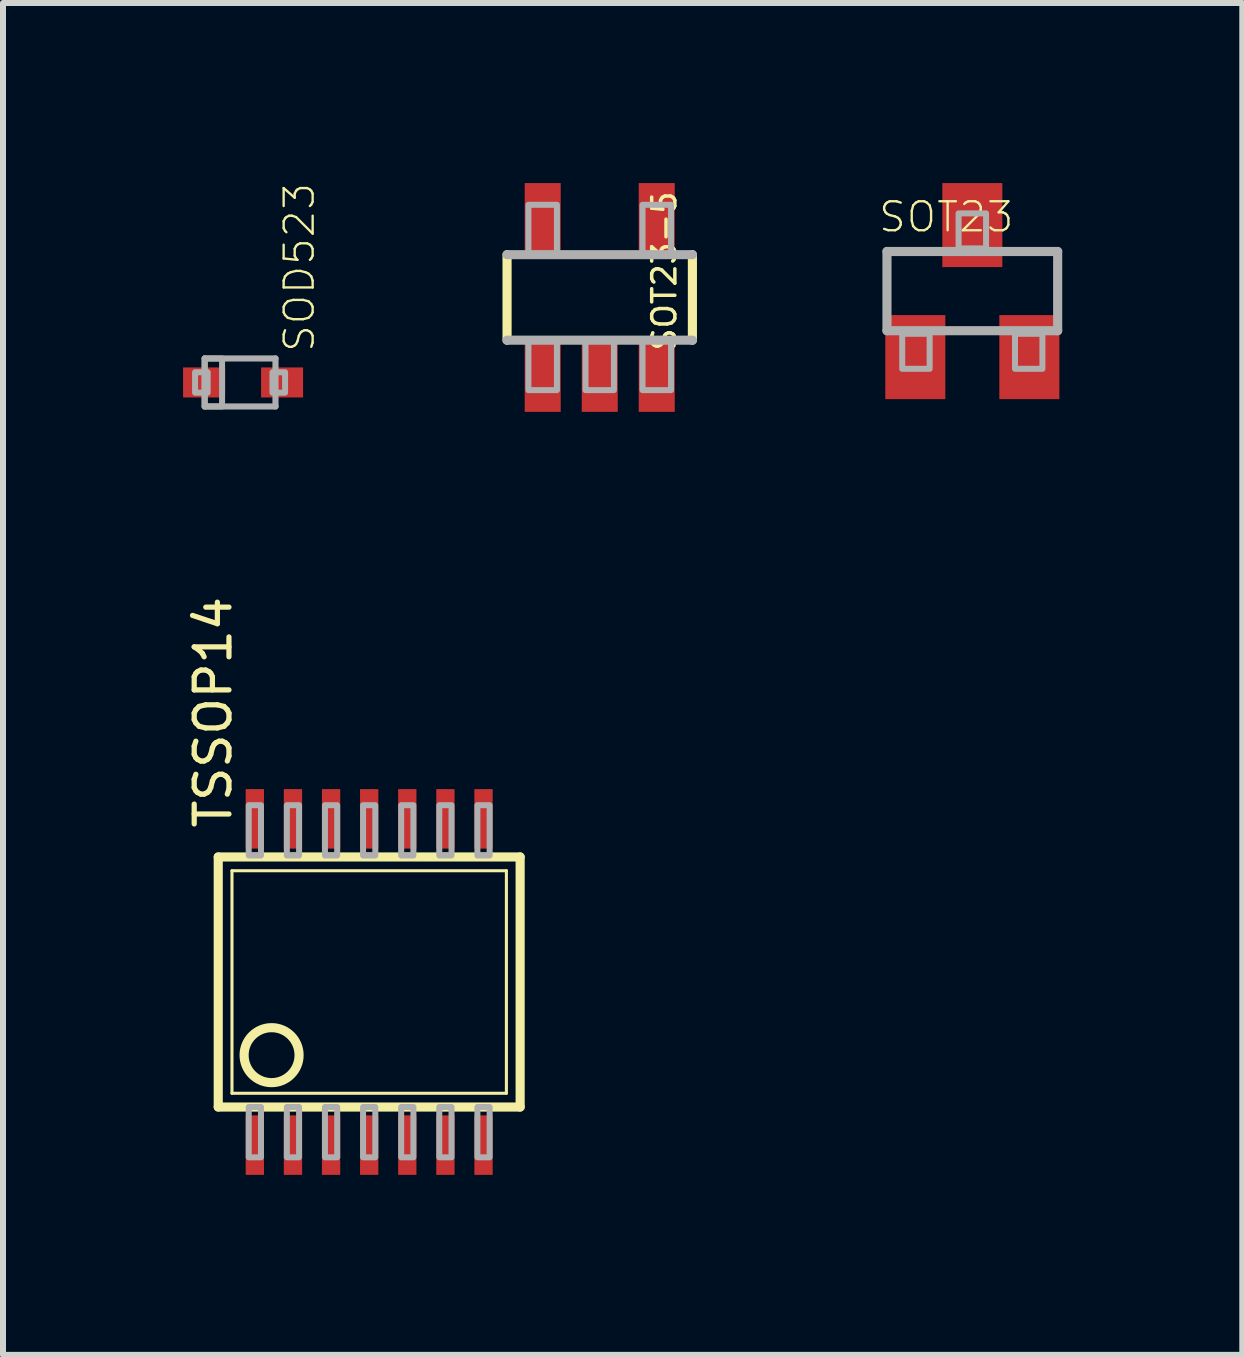
<source format=kicad_pcb>
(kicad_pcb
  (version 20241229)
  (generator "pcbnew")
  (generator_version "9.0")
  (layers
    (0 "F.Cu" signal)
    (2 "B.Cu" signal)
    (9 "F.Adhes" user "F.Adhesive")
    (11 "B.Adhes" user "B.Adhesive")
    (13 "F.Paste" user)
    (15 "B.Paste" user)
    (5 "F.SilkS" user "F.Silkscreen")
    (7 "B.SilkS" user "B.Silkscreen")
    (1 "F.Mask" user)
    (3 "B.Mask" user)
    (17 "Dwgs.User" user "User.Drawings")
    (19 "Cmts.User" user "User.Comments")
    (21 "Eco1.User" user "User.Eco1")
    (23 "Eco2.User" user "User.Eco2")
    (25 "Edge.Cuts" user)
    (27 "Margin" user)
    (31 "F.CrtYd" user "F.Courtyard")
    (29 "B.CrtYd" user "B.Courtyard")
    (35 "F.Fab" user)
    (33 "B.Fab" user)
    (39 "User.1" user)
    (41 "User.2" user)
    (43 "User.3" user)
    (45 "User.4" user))
  (footprint "SOD523"
    (layer "F.Cu")
    (at 0.95 3.322)
    (property "Reference" "SOD523" (at 1.27 -0.476 90) (layer "F.SilkS") (effects (font (size 0.483 0.483) (thickness 0.039)) (justify left bottom)))
    (attr through_hole)
    (fp_line (start -0.59 -0.4) (end 0.59 -0.4) (stroke (width 0.102) (type solid)) (layer "F.Fab"))
    (fp_line (start -0.59 0.4) (end -0.59 -0.4) (stroke (width 0.102) (type solid)) (layer "F.Fab"))
    (fp_line (start 0.59 -0.4) (end 0.59 0.4) (stroke (width 0.102) (type solid)) (layer "F.Fab"))
    (fp_line (start 0.59 0.4) (end -0.59 0.4) (stroke (width 0.102) (type solid)) (layer "F.Fab"))
    (fp_poly (pts (xy -0.75 0.17) (xy -0.54 0.17) (xy -0.54 -0.17) (xy -0.75 -0.17)) (stroke (width 0.1) (type solid)) (fill no) (layer "F.Fab"))
    (fp_poly (pts (xy -0.59 0.4) (xy -0.3 0.4) (xy -0.3 -0.4) (xy -0.59 -0.4)) (stroke (width 0.1) (type solid)) (fill no) (layer "F.Fab"))
    (fp_poly (pts (xy 0.54 0.17) (xy 0.75 0.17) (xy 0.75 -0.17) (xy 0.54 -0.17)) (stroke (width 0.1) (type solid)) (fill no) (layer "F.Fab"))
    (pad "A" smd rect (at 0.7 0) (size 0.7 0.5) (layers "F.Cu" "F.Mask" "F.Paste"))
    (pad "C" smd rect (at -0.6 0) (size 0.7 0.5) (layers "F.Cu" "F.Mask" "F.Paste")))
  (footprint "SOT23-5"
    (layer "F.Cu")
    (at 6.942 1.906)
    (property "Reference" "SOT23-5" (at 1.302 0.921 270) (layer "F.SilkS") (effects (font (size 0.386 0.386) (thickness 0.058)) (justify left bottom)))
    (attr through_hole)
    (fp_line (start -1.544 0.712) (end -1.544 -0.713) (stroke (width 0.152) (type solid)) (layer "F.SilkS"))
    (fp_line (start 1.544 -0.713) (end 1.544 0.712) (stroke (width 0.152) (type solid)) (layer "F.SilkS"))
    (fp_line (start -1.544 -0.713) (end 1.544 -0.713) (stroke (width 0.152) (type solid)) (layer "F.Fab"))
    (fp_line (start 1.544 0.712) (end -1.544 0.712) (stroke (width 0.152) (type solid)) (layer "F.Fab"))
    (fp_poly (pts (xy -1.188 -0.713) (xy -0.713 -0.713) (xy -0.713 -1.544) (xy -1.188 -1.544)) (stroke (width 0.1) (type solid)) (fill no) (layer "F.Fab"))
    (fp_poly (pts (xy -1.188 1.544) (xy -0.713 1.544) (xy -0.713 0.712) (xy -1.188 0.712)) (stroke (width 0.1) (type solid)) (fill no) (layer "F.Fab"))
    (fp_poly (pts (xy -0.237 1.544) (xy 0.237 1.544) (xy 0.237 0.712) (xy -0.237 0.712)) (stroke (width 0.1) (type solid)) (fill no) (layer "F.Fab"))
    (fp_poly (pts (xy 0.713 -0.713) (xy 1.188 -0.713) (xy 1.188 -1.544) (xy 0.713 -1.544)) (stroke (width 0.1) (type solid)) (fill no) (layer "F.Fab"))
    (fp_poly (pts (xy 0.713 1.544) (xy 1.188 1.544) (xy 1.188 0.712) (xy 0.713 0.712)) (stroke (width 0.1) (type solid)) (fill no) (layer "F.Fab"))
    (pad "1" smd rect (at -0.95 1.306) (size 0.6 1.2) (layers "F.Cu" "F.Mask" "F.Paste"))
    (pad "2" smd rect (at 0 1.306) (size 0.6 1.2) (layers "F.Cu" "F.Mask" "F.Paste"))
    (pad "3" smd rect (at 0.95 1.306) (size 0.6 1.2) (layers "F.Cu" "F.Mask" "F.Paste"))
    (pad "4" smd rect (at 0.95 -1.306) (size 0.6 1.2) (layers "F.Cu" "F.Mask" "F.Paste"))
    (pad "5" smd rect (at -0.95 -1.306) (size 0.6 1.2) (layers "F.Cu" "F.Mask" "F.Paste")))
  (footprint "TSSOP14"
    (layer "F.Cu")
    (at 3.101 13.311)
    (property "Reference" "TSSOP14" (at -2.261 -2.521 90) (layer "F.SilkS") (effects (font (size 0.579 0.579) (thickness 0.087)) (justify left bottom)))
    (attr through_hole)
    (fp_line (start -2.515 2.083) (end -2.515 -2.083) (stroke (width 0.152) (type solid)) (layer "F.SilkS"))
    (fp_line (start -2.515 2.083) (end 2.515 2.083) (stroke (width 0.152) (type solid)) (layer "F.SilkS"))
    (fp_line (start -2.286 1.854) (end -2.286 -1.854) (stroke (width 0.051) (type solid)) (layer "F.SilkS"))
    (fp_line (start -2.286 1.854) (end 2.286 1.854) (stroke (width 0.051) (type solid)) (layer "F.SilkS"))
    (fp_line (start 2.286 -1.854) (end -2.286 -1.854) (stroke (width 0.051) (type solid)) (layer "F.SilkS"))
    (fp_line (start 2.286 -1.854) (end 2.286 1.854) (stroke (width 0.051) (type solid)) (layer "F.SilkS"))
    (fp_line (start 2.515 -2.083) (end -2.515 -2.083) (stroke (width 0.152) (type solid)) (layer "F.SilkS"))
    (fp_line (start 2.515 -2.083) (end 2.515 2.083) (stroke (width 0.152) (type solid)) (layer "F.SilkS"))
    (fp_circle (center -1.626 1.219) (end -1.168 1.219) (stroke (width 0.152) (type solid)) (fill no) (layer "F.SilkS"))
    (fp_poly (pts (xy -2.007 -2.108) (xy -1.803 -2.108) (xy -1.803 -2.946) (xy -2.007 -2.946)) (stroke (width 0.1) (type solid)) (fill no) (layer "F.Fab"))
    (fp_poly (pts (xy -2.007 2.921) (xy -1.803 2.921) (xy -1.803 2.083) (xy -2.007 2.083)) (stroke (width 0.1) (type solid)) (fill no) (layer "F.Fab"))
    (fp_poly (pts (xy -1.372 -2.108) (xy -1.168 -2.108) (xy -1.168 -2.946) (xy -1.372 -2.946)) (stroke (width 0.1) (type solid)) (fill no) (layer "F.Fab"))
    (fp_poly (pts (xy -1.372 2.921) (xy -1.168 2.921) (xy -1.168 2.083) (xy -1.372 2.083)) (stroke (width 0.1) (type solid)) (fill no) (layer "F.Fab"))
    (fp_poly (pts (xy -0.737 -2.108) (xy -0.533 -2.108) (xy -0.533 -2.946) (xy -0.737 -2.946)) (stroke (width 0.1) (type solid)) (fill no) (layer "F.Fab"))
    (fp_poly (pts (xy -0.737 2.921) (xy -0.533 2.921) (xy -0.533 2.083) (xy -0.737 2.083)) (stroke (width 0.1) (type solid)) (fill no) (layer "F.Fab"))
    (fp_poly (pts (xy -0.102 -2.108) (xy 0.102 -2.108) (xy 0.102 -2.946) (xy -0.102 -2.946)) (stroke (width 0.1) (type solid)) (fill no) (layer "F.Fab"))
    (fp_poly (pts (xy -0.102 2.921) (xy 0.102 2.921) (xy 0.102 2.083) (xy -0.102 2.083)) (stroke (width 0.1) (type solid)) (fill no) (layer "F.Fab"))
    (fp_poly (pts (xy 0.533 -2.108) (xy 0.737 -2.108) (xy 0.737 -2.946) (xy 0.533 -2.946)) (stroke (width 0.1) (type solid)) (fill no) (layer "F.Fab"))
    (fp_poly (pts (xy 0.533 2.921) (xy 0.737 2.921) (xy 0.737 2.083) (xy 0.533 2.083)) (stroke (width 0.1) (type solid)) (fill no) (layer "F.Fab"))
    (fp_poly (pts (xy 1.168 -2.108) (xy 1.372 -2.108) (xy 1.372 -2.946) (xy 1.168 -2.946)) (stroke (width 0.1) (type solid)) (fill no) (layer "F.Fab"))
    (fp_poly (pts (xy 1.168 2.921) (xy 1.372 2.921) (xy 1.372 2.083) (xy 1.168 2.083)) (stroke (width 0.1) (type solid)) (fill no) (layer "F.Fab"))
    (fp_poly (pts (xy 1.803 -2.108) (xy 2.007 -2.108) (xy 2.007 -2.946) (xy 1.803 -2.946)) (stroke (width 0.1) (type solid)) (fill no) (layer "F.Fab"))
    (fp_poly (pts (xy 1.803 2.921) (xy 2.007 2.921) (xy 2.007 2.083) (xy 1.803 2.083)) (stroke (width 0.1) (type solid)) (fill no) (layer "F.Fab"))
    (pad "1" smd rect (at -1.905 2.718) (size 0.305 0.991) (layers "F.Cu" "F.Mask" "F.Paste"))
    (pad "2" smd rect (at -1.27 2.718) (size 0.305 0.991) (layers "F.Cu" "F.Mask" "F.Paste"))
    (pad "3" smd rect (at -0.635 2.718) (size 0.305 0.991) (layers "F.Cu" "F.Mask" "F.Paste"))
    (pad "4" smd rect (at 0 2.718) (size 0.305 0.991) (layers "F.Cu" "F.Mask" "F.Paste"))
    (pad "5" smd rect (at 0.635 2.718) (size 0.305 0.991) (layers "F.Cu" "F.Mask" "F.Paste"))
    (pad "6" smd rect (at 1.27 2.718) (size 0.305 0.991) (layers "F.Cu" "F.Mask" "F.Paste"))
    (pad "7" smd rect (at 1.905 2.718) (size 0.305 0.991) (layers "F.Cu" "F.Mask" "F.Paste"))
    (pad "8" smd rect (at 1.905 -2.718) (size 0.305 0.991) (layers "F.Cu" "F.Mask" "F.Paste"))
    (pad "9" smd rect (at 1.27 -2.718) (size 0.305 0.991) (layers "F.Cu" "F.Mask" "F.Paste"))
    (pad "10" smd rect (at 0.635 -2.718) (size 0.305 0.991) (layers "F.Cu" "F.Mask" "F.Paste"))
    (pad "11" smd rect (at 0 -2.718) (size 0.305 0.991) (layers "F.Cu" "F.Mask" "F.Paste"))
    (pad "12" smd rect (at -0.635 -2.718) (size 0.305 0.991) (layers "F.Cu" "F.Mask" "F.Paste"))
    (pad "13" smd rect (at -1.27 -2.718) (size 0.305 0.991) (layers "F.Cu" "F.Mask" "F.Paste"))
    (pad "14" smd rect (at -1.905 -2.718) (size 0.305 0.991) (layers "F.Cu" "F.Mask" "F.Paste")))
  (footprint "SOT23"
    (layer "F.Cu")
    (at 13.15 1.8)
    (property "Reference" "SOT23" (at -1.587 -0.953 0) (layer "F.SilkS") (effects (font (size 0.483 0.483) (thickness 0.039)) (justify left bottom)))
    (attr through_hole)
    (fp_line (start -1.422 -0.66) (end 1.422 -0.66) (stroke (width 0.152) (type solid)) (layer "F.Fab"))
    (fp_line (start -1.422 0.66) (end -1.422 -0.66) (stroke (width 0.152) (type solid)) (layer "F.Fab"))
    (fp_line (start 1.422 -0.66) (end 1.422 0.66) (stroke (width 0.152) (type solid)) (layer "F.Fab"))
    (fp_line (start 1.422 0.66) (end -1.422 0.66) (stroke (width 0.152) (type solid)) (layer "F.Fab"))
    (fp_poly (pts (xy -1.168 1.295) (xy -0.711 1.295) (xy -0.711 0.711) (xy -1.168 0.711)) (stroke (width 0.1) (type solid)) (fill no) (layer "F.Fab"))
    (fp_poly (pts (xy -0.229 -0.711) (xy 0.229 -0.711) (xy 0.229 -1.295) (xy -0.229 -1.295)) (stroke (width 0.1) (type solid)) (fill no) (layer "F.Fab"))
    (fp_poly (pts (xy 0.711 1.295) (xy 1.168 1.295) (xy 1.168 0.711) (xy 0.711 0.711)) (stroke (width 0.1) (type solid)) (fill no) (layer "F.Fab"))
    (pad "1" smd rect (at -0.95 1.1) (size 1 1.4) (layers "F.Cu" "F.Mask" "F.Paste"))
    (pad "2" smd rect (at 0.95 1.1) (size 1 1.4) (layers "F.Cu" "F.Mask" "F.Paste"))
    (pad "3" smd rect (at 0 -1.1) (size 1 1.4) (layers "F.Cu" "F.Mask" "F.Paste")))
  (gr_rect
    (start -3 -3)
    (end 17.648 19.524)
    (stroke (width 0.1) (type default))
    (fill no)
    (layer "Edge.Cuts")))
</source>
